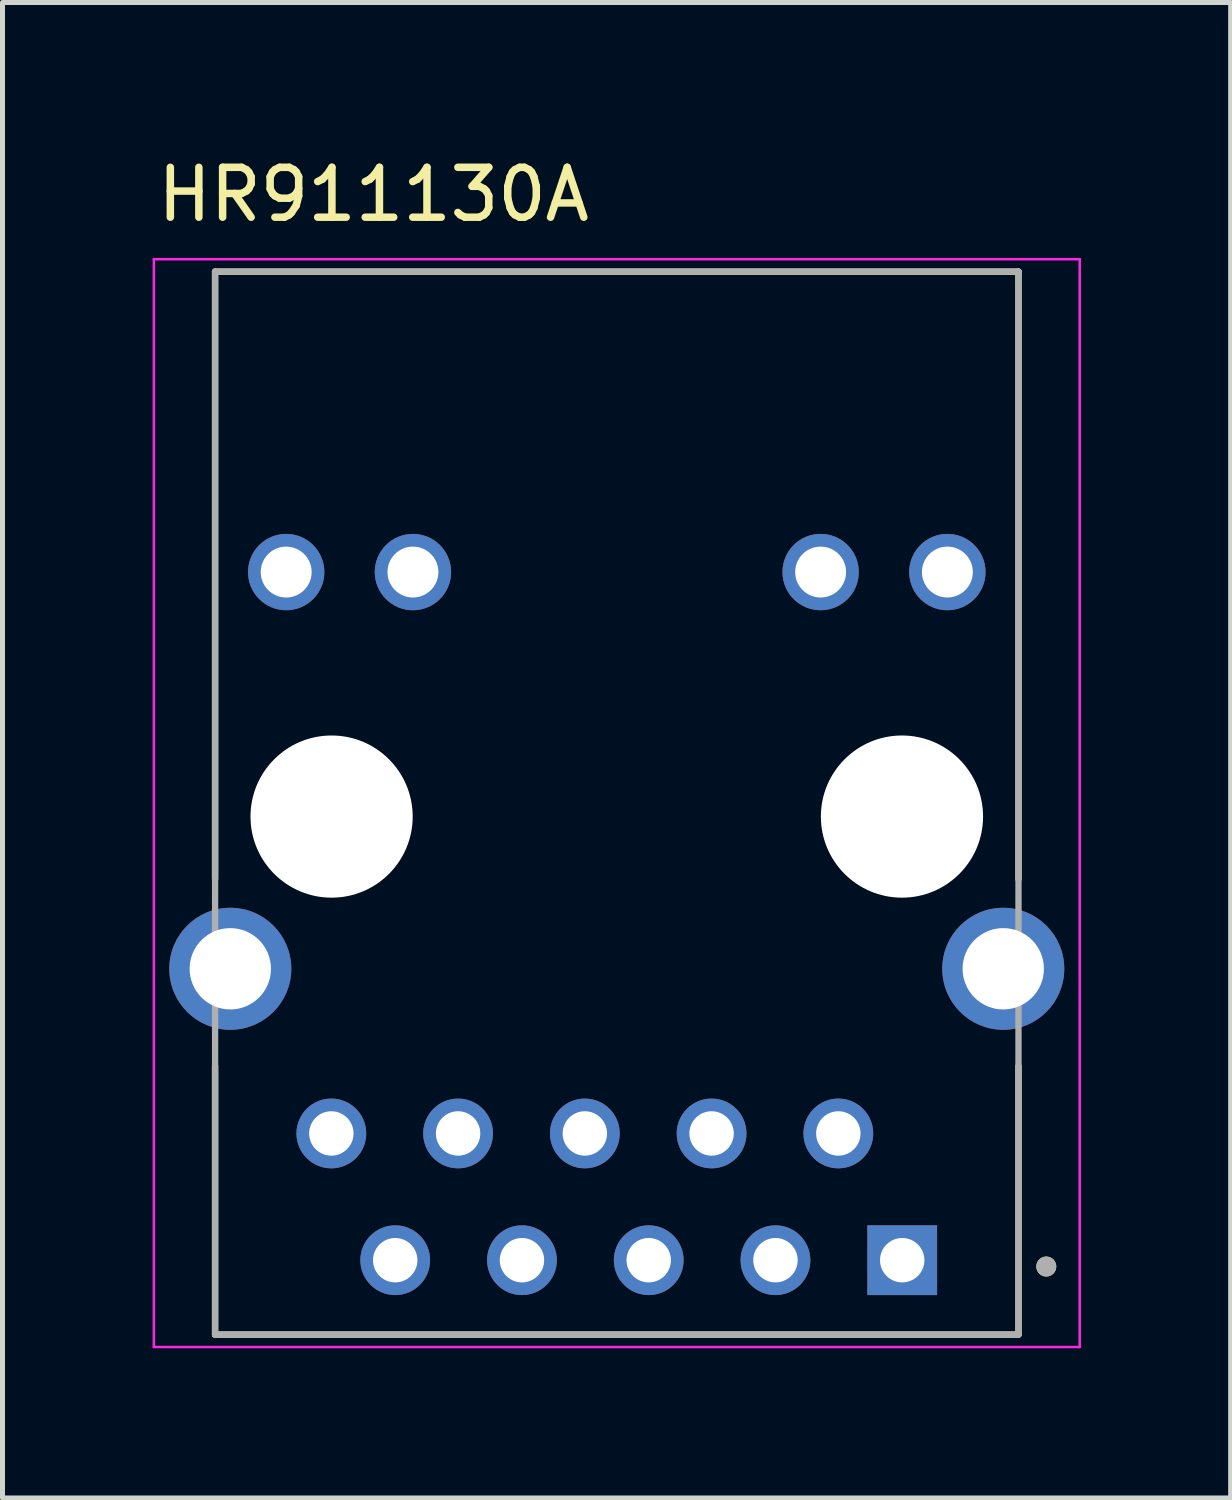
<source format=kicad_pcb>
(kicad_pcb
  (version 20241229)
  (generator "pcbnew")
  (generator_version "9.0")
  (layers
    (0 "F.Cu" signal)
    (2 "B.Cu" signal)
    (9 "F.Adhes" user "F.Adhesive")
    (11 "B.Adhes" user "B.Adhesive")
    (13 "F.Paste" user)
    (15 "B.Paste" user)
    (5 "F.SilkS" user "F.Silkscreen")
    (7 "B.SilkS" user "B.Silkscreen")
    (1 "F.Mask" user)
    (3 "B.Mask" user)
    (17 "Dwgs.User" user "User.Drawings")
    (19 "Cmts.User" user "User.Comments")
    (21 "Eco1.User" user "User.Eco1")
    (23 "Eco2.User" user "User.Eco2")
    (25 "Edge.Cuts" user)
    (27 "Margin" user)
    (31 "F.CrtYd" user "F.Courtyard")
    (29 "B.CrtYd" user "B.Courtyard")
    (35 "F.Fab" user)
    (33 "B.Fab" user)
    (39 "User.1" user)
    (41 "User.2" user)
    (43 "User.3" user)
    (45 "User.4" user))
  (footprint "HR911130A"
    (layer "F.Cu")
    (at 9.31 13.314)
    (property "Reference" "HR911130A" (at -4.875 -12.466 0) (layer "F.SilkS") (effects (font (size 1 1) (thickness 0.15))))
    (attr through_hole)
    (fp_line (start -8.05 1.25) (end -8.05 -10.92) (stroke (width 0.127) (type solid)) (layer "F.SilkS"))
    (fp_line (start -8.05 10.38) (end -8.05 5) (stroke (width 0.127) (type solid)) (layer "F.SilkS"))
    (fp_line (start -8.05 10.38) (end 8.05 10.38) (stroke (width 0.127) (type solid)) (layer "F.SilkS"))
    (fp_line (start 8.05 -10.92) (end -8.05 -10.92) (stroke (width 0.127) (type solid)) (layer "F.SilkS"))
    (fp_line (start 8.05 1.25) (end 8.05 -10.92) (stroke (width 0.127) (type solid)) (layer "F.SilkS"))
    (fp_line (start 8.05 10.38) (end 8.05 5) (stroke (width 0.127) (type solid)) (layer "F.SilkS"))
    (fp_circle (center 8.607 9.017) (end 8.707 9.017) (stroke (width 0.2) (type solid)) (fill no) (layer "F.SilkS"))
    (fp_line (start -9.277 -11.17) (end 9.277 -11.17) (stroke (width 0.05) (type solid)) (layer "F.CrtYd"))
    (fp_line (start -9.277 10.63) (end -9.277 -11.17) (stroke (width 0.05) (type solid)) (layer "F.CrtYd"))
    (fp_line (start 9.277 -11.17) (end 9.277 10.63) (stroke (width 0.05) (type solid)) (layer "F.CrtYd"))
    (fp_line (start 9.277 10.63) (end -9.277 10.63) (stroke (width 0.05) (type solid)) (layer "F.CrtYd"))
    (fp_line (start -8.05 -10.92) (end -8.05 10.38) (stroke (width 0.127) (type solid)) (layer "F.Fab"))
    (fp_line (start -8.05 10.38) (end 8.05 10.38) (stroke (width 0.127) (type solid)) (layer "F.Fab"))
    (fp_line (start 8.05 -10.92) (end -8.05 -10.92) (stroke (width 0.127) (type solid)) (layer "F.Fab"))
    (fp_line (start 8.05 10.38) (end 8.05 -10.92) (stroke (width 0.127) (type solid)) (layer "F.Fab"))
    (fp_circle (center 8.607 9.017) (end 8.707 9.017) (stroke (width 0.2) (type solid)) (fill no) (layer "F.Fab"))
    (pad "" np_thru_hole circle (at -5.715 0) (size 3.25 3.25) (drill 3.25) (layers "*.Cu" "*.Mask"))
    (pad "" np_thru_hole circle (at 5.715 0) (size 3.25 3.25) (drill 3.25) (layers "*.Cu" "*.Mask"))
    (pad "1" thru_hole rect (at 5.72 8.89) (size 1.398 1.398) (drill 0.89) (layers "*.Cu" "*.Mask"))
    (pad "2" thru_hole circle (at 4.44 6.35) (size 1.398 1.398) (drill 0.89) (layers "*.Cu" "*.Mask"))
    (pad "3" thru_hole circle (at 3.18 8.89) (size 1.398 1.398) (drill 0.89) (layers "*.Cu" "*.Mask"))
    (pad "4" thru_hole circle (at 1.9 6.35) (size 1.398 1.398) (drill 0.89) (layers "*.Cu" "*.Mask"))
    (pad "5" thru_hole circle (at 0.64 8.89) (size 1.398 1.398) (drill 0.89) (layers "*.Cu" "*.Mask"))
    (pad "6" thru_hole circle (at -0.64 6.35) (size 1.398 1.398) (drill 0.89) (layers "*.Cu" "*.Mask"))
    (pad "7" thru_hole circle (at -1.9 8.89) (size 1.398 1.398) (drill 0.89) (layers "*.Cu" "*.Mask"))
    (pad "8" thru_hole circle (at -3.18 6.35) (size 1.398 1.398) (drill 0.89) (layers "*.Cu" "*.Mask"))
    (pad "9" thru_hole circle (at -4.44 8.89) (size 1.398 1.398) (drill 0.89) (layers "*.Cu" "*.Mask"))
    (pad "10" thru_hole circle (at -5.72 6.35) (size 1.398 1.398) (drill 0.89) (layers "*.Cu" "*.Mask"))
    (pad "11" thru_hole circle (at 6.625 -4.9) (size 1.53 1.53) (drill 1.02) (layers "*.Cu" "*.Mask"))
    (pad "12" thru_hole circle (at 4.085 -4.9) (size 1.53 1.53) (drill 1.02) (layers "*.Cu" "*.Mask"))
    (pad "13" thru_hole circle (at -4.085 -4.9) (size 1.53 1.53) (drill 1.02) (layers "*.Cu" "*.Mask"))
    (pad "14" thru_hole circle (at -6.625 -4.9) (size 1.53 1.53) (drill 1.02) (layers "*.Cu" "*.Mask"))
    (pad "S1" thru_hole circle (at 7.745 3.05) (size 2.445 2.445) (drill 1.63) (layers "*.Cu" "*.Mask"))
    (pad "S2" thru_hole circle (at -7.745 3.05) (size 2.445 2.445) (drill 1.63) (layers "*.Cu" "*.Mask")))
  (gr_rect
    (start -3 -3)
    (end 21.612 26.969)
    (stroke (width 0.1) (type default))
    (fill no)
    (layer "Edge.Cuts")))
</source>
